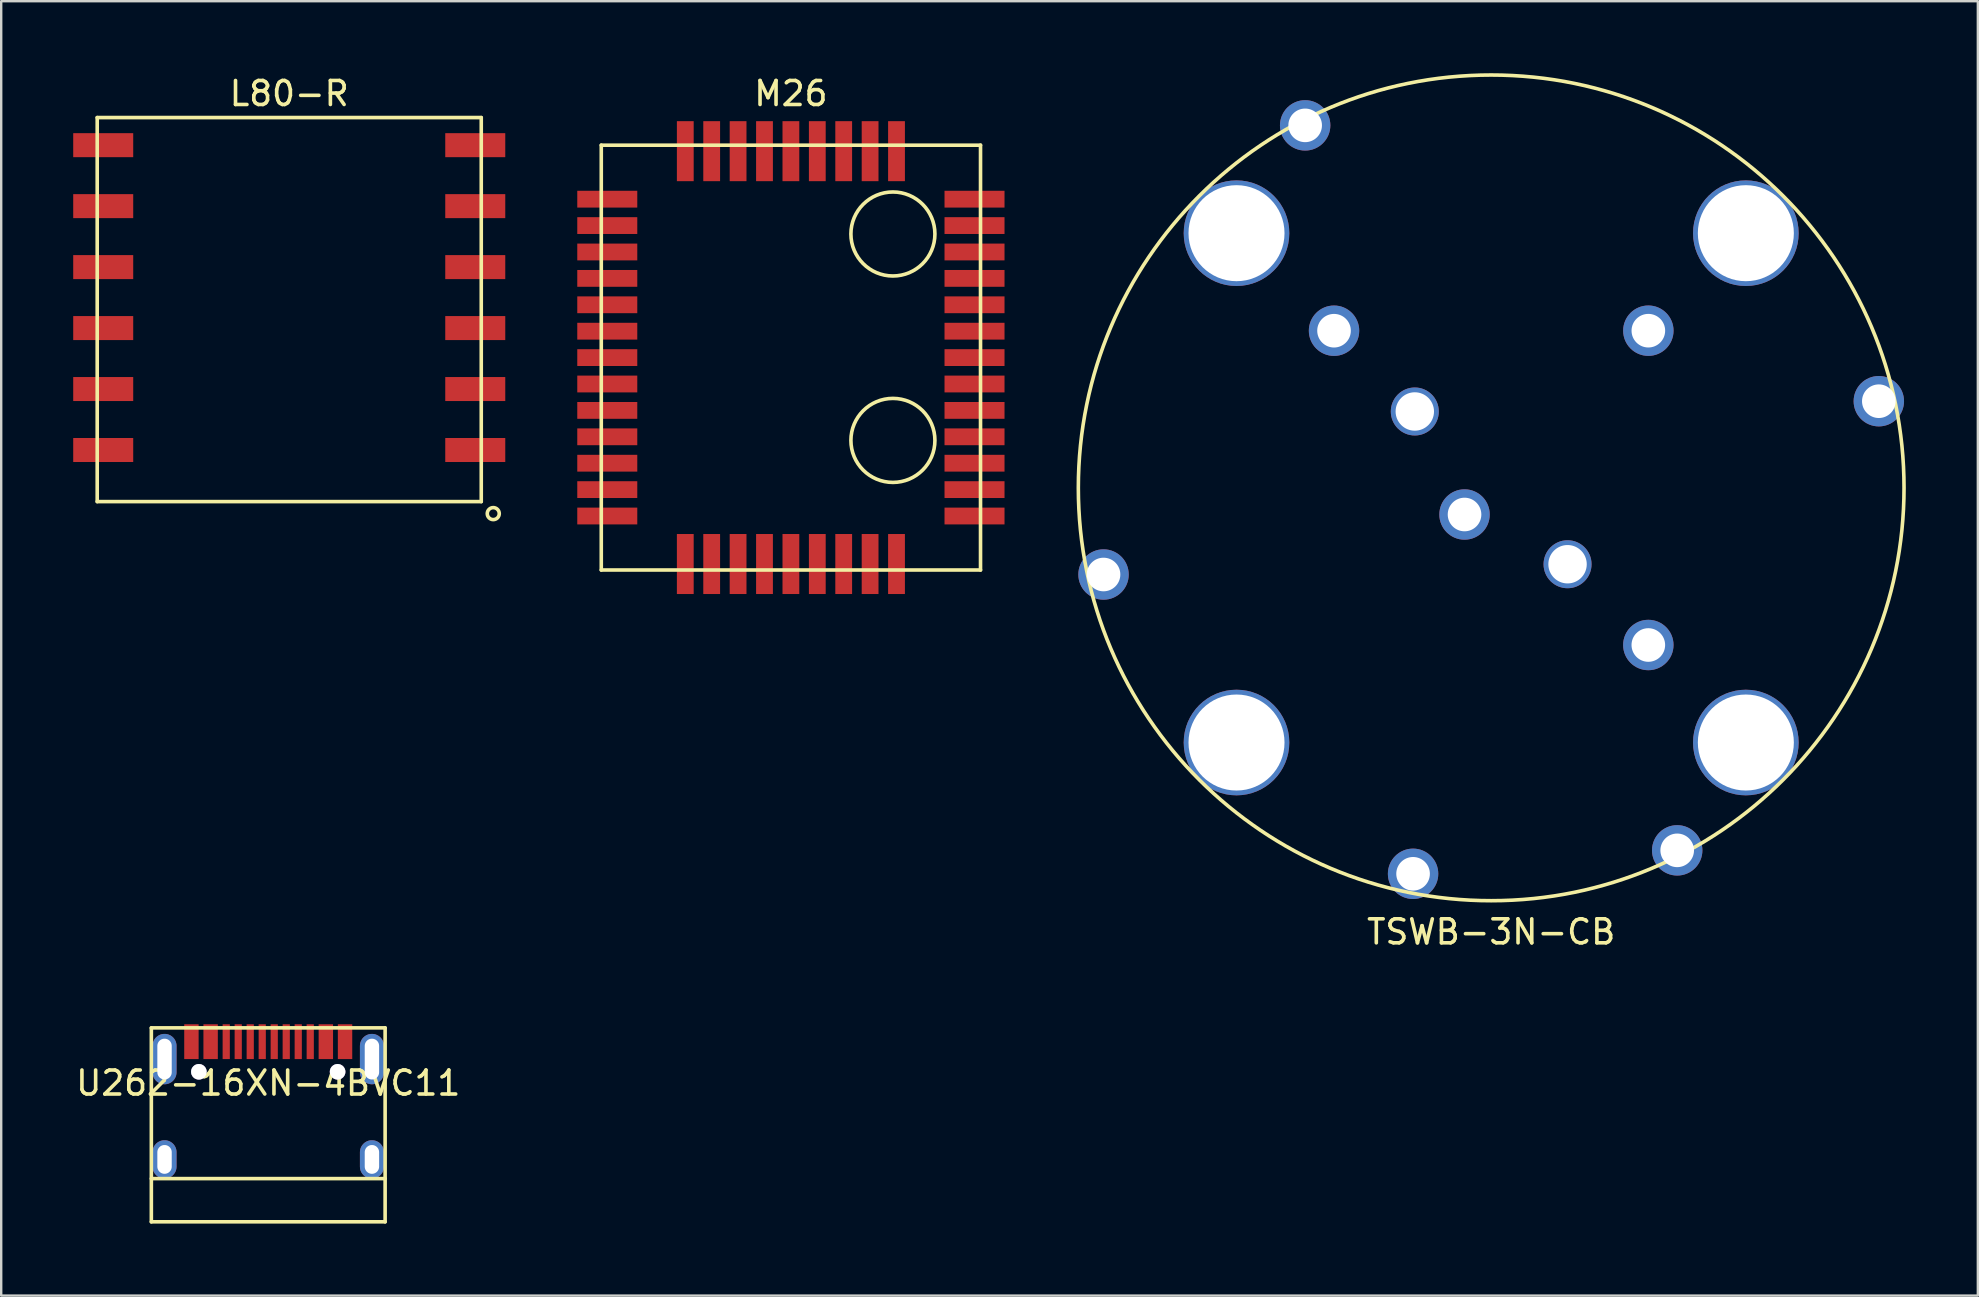
<source format=kicad_pcb>
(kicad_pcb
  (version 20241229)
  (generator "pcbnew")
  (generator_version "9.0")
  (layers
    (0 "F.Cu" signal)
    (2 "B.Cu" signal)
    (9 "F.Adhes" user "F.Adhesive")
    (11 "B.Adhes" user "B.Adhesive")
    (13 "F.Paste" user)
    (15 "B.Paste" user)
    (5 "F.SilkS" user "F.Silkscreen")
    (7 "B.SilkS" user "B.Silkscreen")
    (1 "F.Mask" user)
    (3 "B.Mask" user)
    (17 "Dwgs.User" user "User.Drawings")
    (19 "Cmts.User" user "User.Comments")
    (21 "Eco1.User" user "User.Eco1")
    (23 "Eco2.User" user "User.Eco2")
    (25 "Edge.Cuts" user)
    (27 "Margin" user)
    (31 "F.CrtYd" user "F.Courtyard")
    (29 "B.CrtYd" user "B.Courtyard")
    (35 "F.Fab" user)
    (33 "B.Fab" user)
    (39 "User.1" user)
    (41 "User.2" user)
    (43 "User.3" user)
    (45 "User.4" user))
  (footprint "TSWB-3N-CB"
    (layer "F.Cu")
    (at 59.075 17.275)
    (property "Reference" "TSWB-3N-CB" (at 0 18.5 0) (layer "F.SilkS") (effects (font (size 1 1) (thickness 0.15))))
    (attr through_hole)
    (fp_circle (center 0 0) (end 17.2 0) (stroke (width 0.15) (type solid)) (fill no) (layer "F.SilkS"))
    (pad "" thru_hole circle (at -10.61 -10.61 45) (size 4.4 4.4) (drill 4) (layers "*.Cu" "*.Mask"))
    (pad "" thru_hole circle (at -10.61 10.61 45) (size 4.4 4.4) (drill 4) (layers "*.Cu" "*.Mask"))
    (pad "" thru_hole circle (at -3.182 -3.182 45) (size 2 2) (drill 1.6) (layers "*.Cu" "*.Mask"))
    (pad "" thru_hole circle (at 3.182 3.182 45) (size 2 2) (drill 1.6) (layers "*.Cu" "*.Mask"))
    (pad "" thru_hole circle (at 10.61 -10.61 45) (size 4.4 4.4) (drill 4) (layers "*.Cu" "*.Mask"))
    (pad "" thru_hole circle (at 10.61 10.61 45) (size 4.4 4.4) (drill 4) (layers "*.Cu" "*.Mask"))
    (pad "A" thru_hole circle (at 6.547 6.547 45) (size 2.1 2.1) (drill 1.4) (layers "*.Cu" "*.Mask"))
    (pad "B" thru_hole circle (at 6.548 -6.548 45) (size 2.1 2.1) (drill 1.4) (layers "*.Cu" "*.Mask"))
    (pad "CA" thru_hole circle (at -6.547 -6.547 45) (size 2.1 2.1) (drill 1.4) (layers "*.Cu" "*.Mask"))
    (pad "CB" thru_hole circle (at -3.254 16.079 45) (size 2.1 2.1) (drill 1.4) (layers "*.Cu" "*.Mask"))
    (pad "S1" thru_hole circle (at -1.11 1.11 45) (size 2.1 2.1) (drill 1.4) (layers "*.Cu" "*.Mask"))
    (pad "S2" thru_hole circle (at 7.75 15.102 45) (size 2.1 2.1) (drill 1.4) (layers "*.Cu" "*.Mask"))
    (pad "S3" thru_hole circle (at 16.15 -3.61 45) (size 2.1 2.1) (drill 1.4) (layers "*.Cu" "*.Mask"))
    (pad "S4" thru_hole circle (at -7.75 -15.102 45) (size 2.1 2.1) (drill 1.4) (layers "*.Cu" "*.Mask"))
    (pad "S5" thru_hole circle (at -16.15 3.61 45) (size 2.1 2.1) (drill 1.4) (layers "*.Cu" "*.Mask")))
  (footprint "L80-R"
    (layer "F.Cu")
    (at 9 9.848)
    (property "Reference" "L80-R" (at 0 -9 0) (layer "F.SilkS") (effects (font (size 1 1) (thickness 0.15))))
    (attr through_hole)
    (fp_line (start -8 -8) (end -8 8) (stroke (width 0.15) (type solid)) (layer "F.SilkS"))
    (fp_line (start -8 -8) (end 8 -8) (stroke (width 0.15) (type solid)) (layer "F.SilkS"))
    (fp_line (start -8 8) (end 8 8) (stroke (width 0.15) (type solid)) (layer "F.SilkS"))
    (fp_line (start 8 -8) (end 8 8) (stroke (width 0.15) (type solid)) (layer "F.SilkS"))
    (fp_circle (center 8.5 8.5) (end 8.75 8.5) (stroke (width 0.15) (type solid)) (fill no) (layer "F.SilkS"))
    (pad "1" smd rect (at 7.75 5.85) (size 2.5 1) (layers "F.Cu" "F.Mask" "F.Paste"))
    (pad "2" smd rect (at 7.75 3.31) (size 2.5 1) (layers "F.Cu" "F.Mask" "F.Paste"))
    (pad "3" smd rect (at 7.75 0.77) (size 2.5 1) (layers "F.Cu" "F.Mask" "F.Paste"))
    (pad "4" smd rect (at 7.75 -1.77) (size 2.5 1) (layers "F.Cu" "F.Mask" "F.Paste"))
    (pad "5" smd rect (at 7.75 -4.31) (size 2.5 1) (layers "F.Cu" "F.Mask" "F.Paste"))
    (pad "6" smd rect (at 7.75 -6.85) (size 2.5 1) (layers "F.Cu" "F.Mask" "F.Paste"))
    (pad "7" smd rect (at -7.75 -6.85) (size 2.5 1) (layers "F.Cu" "F.Mask" "F.Paste"))
    (pad "8" smd rect (at -7.75 -4.31) (size 2.5 1) (layers "F.Cu" "F.Mask" "F.Paste"))
    (pad "9" smd rect (at -7.75 -1.77) (size 2.5 1) (layers "F.Cu" "F.Mask" "F.Paste"))
    (pad "10" smd rect (at -7.75 0.77) (size 2.5 1) (layers "F.Cu" "F.Mask" "F.Paste"))
    (pad "11" smd rect (at -7.75 3.31) (size 2.5 1) (layers "F.Cu" "F.Mask" "F.Paste"))
    (pad "12" smd rect (at -7.75 5.85) (size 2.5 1) (layers "F.Cu" "F.Mask" "F.Paste")))
  (footprint "M26"
    (layer "F.Cu")
    (at 29.9 11.848)
    (property "Reference" "M26" (at 0 -11 0) (layer "F.SilkS") (effects (font (size 1 1) (thickness 0.15))))
    (attr through_hole)
    (fp_line (start -7.9 -8.85) (end 7.9 -8.85) (stroke (width 0.15) (type solid)) (layer "F.SilkS"))
    (fp_line (start -7.9 8.85) (end -7.9 -8.85) (stroke (width 0.15) (type solid)) (layer "F.SilkS"))
    (fp_line (start -7.9 8.85) (end 7.9 8.85) (stroke (width 0.15) (type solid)) (layer "F.SilkS"))
    (fp_line (start 7.9 8.85) (end 7.9 -8.85) (stroke (width 0.15) (type solid)) (layer "F.SilkS"))
    (fp_circle (center 4.25 -5.15) (end 6 -5.15) (stroke (width 0.15) (type solid)) (fill no) (layer "F.SilkS"))
    (fp_circle (center 4.25 3.45) (end 6 3.45) (stroke (width 0.15) (type solid)) (fill no) (layer "F.SilkS"))
    (pad "1" smd rect (at -7.65 -6.6 90) (size 0.7 2.5) (layers "F.Cu" "F.Mask" "F.Paste"))
    (pad "2" smd rect (at -7.65 -5.5 90) (size 0.7 2.5) (layers "F.Cu" "F.Mask" "F.Paste"))
    (pad "3" smd rect (at -7.65 -4.4 90) (size 0.7 2.5) (layers "F.Cu" "F.Mask" "F.Paste"))
    (pad "4" smd rect (at -7.65 -3.3 90) (size 0.7 2.5) (layers "F.Cu" "F.Mask" "F.Paste"))
    (pad "5" smd rect (at -7.65 -2.2 90) (size 0.7 2.5) (layers "F.Cu" "F.Mask" "F.Paste"))
    (pad "6" smd rect (at -7.65 -1.1 90) (size 0.7 2.5) (layers "F.Cu" "F.Mask" "F.Paste"))
    (pad "7" smd rect (at -7.65 0 90) (size 0.7 2.5) (layers "F.Cu" "F.Mask" "F.Paste"))
    (pad "8" smd rect (at -7.65 1.1 90) (size 0.7 2.5) (layers "F.Cu" "F.Mask" "F.Paste"))
    (pad "9" smd rect (at -7.65 2.2 90) (size 0.7 2.5) (layers "F.Cu" "F.Mask" "F.Paste"))
    (pad "10" smd rect (at -7.65 3.3 90) (size 0.7 2.5) (layers "F.Cu" "F.Mask" "F.Paste"))
    (pad "11" smd rect (at -7.65 4.4 90) (size 0.7 2.5) (layers "F.Cu" "F.Mask" "F.Paste"))
    (pad "12" smd rect (at -7.65 5.5 90) (size 0.7 2.5) (layers "F.Cu" "F.Mask" "F.Paste"))
    (pad "13" smd rect (at -7.65 6.6 90) (size 0.7 2.5) (layers "F.Cu" "F.Mask" "F.Paste"))
    (pad "14" smd rect (at -4.4 8.6 180) (size 0.7 2.5) (layers "F.Cu" "F.Mask" "F.Paste"))
    (pad "15" smd rect (at -3.3 8.6 180) (size 0.7 2.5) (layers "F.Cu" "F.Mask" "F.Paste"))
    (pad "16" smd rect (at -2.2 8.6 180) (size 0.7 2.5) (layers "F.Cu" "F.Mask" "F.Paste"))
    (pad "17" smd rect (at -1.1 8.6 180) (size 0.7 2.5) (layers "F.Cu" "F.Mask" "F.Paste"))
    (pad "18" smd rect (at 0 8.6 180) (size 0.7 2.5) (layers "F.Cu" "F.Mask" "F.Paste"))
    (pad "19" smd rect (at 1.1 8.6 180) (size 0.7 2.5) (layers "F.Cu" "F.Mask" "F.Paste"))
    (pad "20" smd rect (at 2.2 8.6 180) (size 0.7 2.5) (layers "F.Cu" "F.Mask" "F.Paste"))
    (pad "21" smd rect (at 3.3 8.6 180) (size 0.7 2.5) (layers "F.Cu" "F.Mask" "F.Paste"))
    (pad "22" smd rect (at 4.4 8.6 180) (size 0.7 2.5) (layers "F.Cu" "F.Mask" "F.Paste"))
    (pad "23" smd rect (at 7.65 6.6 90) (size 0.7 2.5) (layers "F.Cu" "F.Mask" "F.Paste"))
    (pad "24" smd rect (at 7.65 5.5 90) (size 0.7 2.5) (layers "F.Cu" "F.Mask" "F.Paste"))
    (pad "25" smd rect (at 7.65 4.4 90) (size 0.7 2.5) (layers "F.Cu" "F.Mask" "F.Paste"))
    (pad "26" smd rect (at 7.65 3.3 90) (size 0.7 2.5) (layers "F.Cu" "F.Mask" "F.Paste"))
    (pad "27" smd rect (at 7.65 2.2 90) (size 0.7 2.5) (layers "F.Cu" "F.Mask" "F.Paste"))
    (pad "28" smd rect (at 7.65 1.1 90) (size 0.7 2.5) (layers "F.Cu" "F.Mask" "F.Paste"))
    (pad "29" smd rect (at 7.65 0 90) (size 0.7 2.5) (layers "F.Cu" "F.Mask" "F.Paste"))
    (pad "30" smd rect (at 7.65 -1.1 90) (size 0.7 2.5) (layers "F.Cu" "F.Mask" "F.Paste"))
    (pad "31" smd rect (at 7.65 -2.2 90) (size 0.7 2.5) (layers "F.Cu" "F.Mask" "F.Paste"))
    (pad "32" smd rect (at 7.65 -3.3 90) (size 0.7 2.5) (layers "F.Cu" "F.Mask" "F.Paste"))
    (pad "33" smd rect (at 7.65 -4.4 90) (size 0.7 2.5) (layers "F.Cu" "F.Mask" "F.Paste"))
    (pad "34" smd rect (at 7.65 -5.5 90) (size 0.7 2.5) (layers "F.Cu" "F.Mask" "F.Paste"))
    (pad "35" smd rect (at 7.65 -6.6 90) (size 0.7 2.5) (layers "F.Cu" "F.Mask" "F.Paste"))
    (pad "36" smd rect (at 4.4 -8.6 180) (size 0.7 2.5) (layers "F.Cu" "F.Mask" "F.Paste"))
    (pad "37" smd rect (at 3.3 -8.6 180) (size 0.7 2.5) (layers "F.Cu" "F.Mask" "F.Paste"))
    (pad "38" smd rect (at 2.2 -8.6 180) (size 0.7 2.5) (layers "F.Cu" "F.Mask" "F.Paste"))
    (pad "39" smd rect (at 1.1 -8.6 180) (size 0.7 2.5) (layers "F.Cu" "F.Mask" "F.Paste"))
    (pad "40" smd rect (at 0 -8.6 180) (size 0.7 2.5) (layers "F.Cu" "F.Mask" "F.Paste"))
    (pad "41" smd rect (at -1.1 -8.6 180) (size 0.7 2.5) (layers "F.Cu" "F.Mask" "F.Paste"))
    (pad "42" smd rect (at -2.2 -8.6 180) (size 0.7 2.5) (layers "F.Cu" "F.Mask" "F.Paste"))
    (pad "43" smd rect (at -3.3 -8.6 180) (size 0.7 2.5) (layers "F.Cu" "F.Mask" "F.Paste"))
    (pad "44" smd rect (at -4.4 -8.6 180) (size 0.7 2.5) (layers "F.Cu" "F.Mask" "F.Paste")))
  (footprint "U262-16XN-4BVC11"
    (layer "F.Cu")
    (at 8.125 41.073)
    (property "Reference" "U262-16XN-4BVC11" (at 0 1 0) (layer "F.SilkS") (effects (font (size 1 1) (thickness 0.15))))
    (attr through_hole)
    (fp_line (start -4.87 -1.3) (end -4.87 6.78) (stroke (width 0.15) (type solid)) (layer "F.SilkS"))
    (fp_line (start -4.87 -1.3) (end 4.87 -1.3) (stroke (width 0.15) (type solid)) (layer "F.SilkS"))
    (fp_line (start -4.87 4.98) (end 4.87 4.98) (stroke (width 0.15) (type solid)) (layer "F.SilkS"))
    (fp_line (start -4.87 6.78) (end 4.87 6.78) (stroke (width 0.15) (type solid)) (layer "F.SilkS"))
    (fp_line (start 4.87 -1.3) (end 4.87 6.78) (stroke (width 0.15) (type solid)) (layer "F.SilkS"))
    (pad "" thru_hole circle (at -2.89 0.53) (size 0.65 0.65) (drill 0.65) (layers "*.Cu" "*.Mask"))
    (pad "" thru_hole circle (at 2.89 0.53) (size 0.65 0.65) (drill 0.65) (layers "*.Cu" "*.Mask"))
    (pad "A1" smd rect (at -3.2 -0.725) (size 0.6 1.45) (layers "F.Cu" "F.Mask" "F.Paste"))
    (pad "A4" smd rect (at -2.4 -0.725) (size 0.6 1.45) (layers "F.Cu" "F.Mask" "F.Paste"))
    (pad "A5" smd rect (at -1.25 -0.725) (size 0.3 1.45) (layers "F.Cu" "F.Mask" "F.Paste"))
    (pad "A6" smd rect (at -0.25 -0.725) (size 0.3 1.45) (layers "F.Cu" "F.Mask" "F.Paste"))
    (pad "A7" smd rect (at 0.25 -0.725) (size 0.3 1.45) (layers "F.Cu" "F.Mask" "F.Paste"))
    (pad "A8" smd rect (at 1.25 -0.725) (size 0.3 1.45) (layers "F.Cu" "F.Mask" "F.Paste"))
    (pad "B1" smd rect (at 3.2 -0.725) (size 0.6 1.45) (layers "F.Cu" "F.Mask" "F.Paste"))
    (pad "B4" smd rect (at 2.4 -0.725) (size 0.6 1.45) (layers "F.Cu" "F.Mask" "F.Paste"))
    (pad "B5" smd rect (at 1.75 -0.725) (size 0.3 1.45) (layers "F.Cu" "F.Mask" "F.Paste"))
    (pad "B6" smd rect (at 0.75 -0.725) (size 0.3 1.45) (layers "F.Cu" "F.Mask" "F.Paste"))
    (pad "B7" smd rect (at -0.75 -0.725) (size 0.3 1.45) (layers "F.Cu" "F.Mask" "F.Paste"))
    (pad "B8" smd rect (at -1.75 -0.725) (size 0.3 1.45) (layers "F.Cu" "F.Mask" "F.Paste"))
    (pad "S1" thru_hole oval (at -4.32 0) (size 1 2.1) (drill oval 0.6 1.7) (layers "*.Cu" "*.Mask"))
    (pad "S1" thru_hole oval (at -4.32 4.18) (size 1 1.6) (drill oval 0.6 1.2) (layers "*.Cu" "*.Mask"))
    (pad "S1" thru_hole oval (at 4.32 0) (size 1 2.1) (drill oval 0.6 1.7) (layers "*.Cu" "*.Mask"))
    (pad "S1" thru_hole oval (at 4.32 4.18) (size 1 1.6) (drill oval 0.6 1.2) (layers "*.Cu" "*.Mask")))
  (gr_rect
    (start -3 -3)
    (end 79.35 50.928)
    (stroke (width 0.1) (type default))
    (fill no)
    (layer "Edge.Cuts")))
</source>
